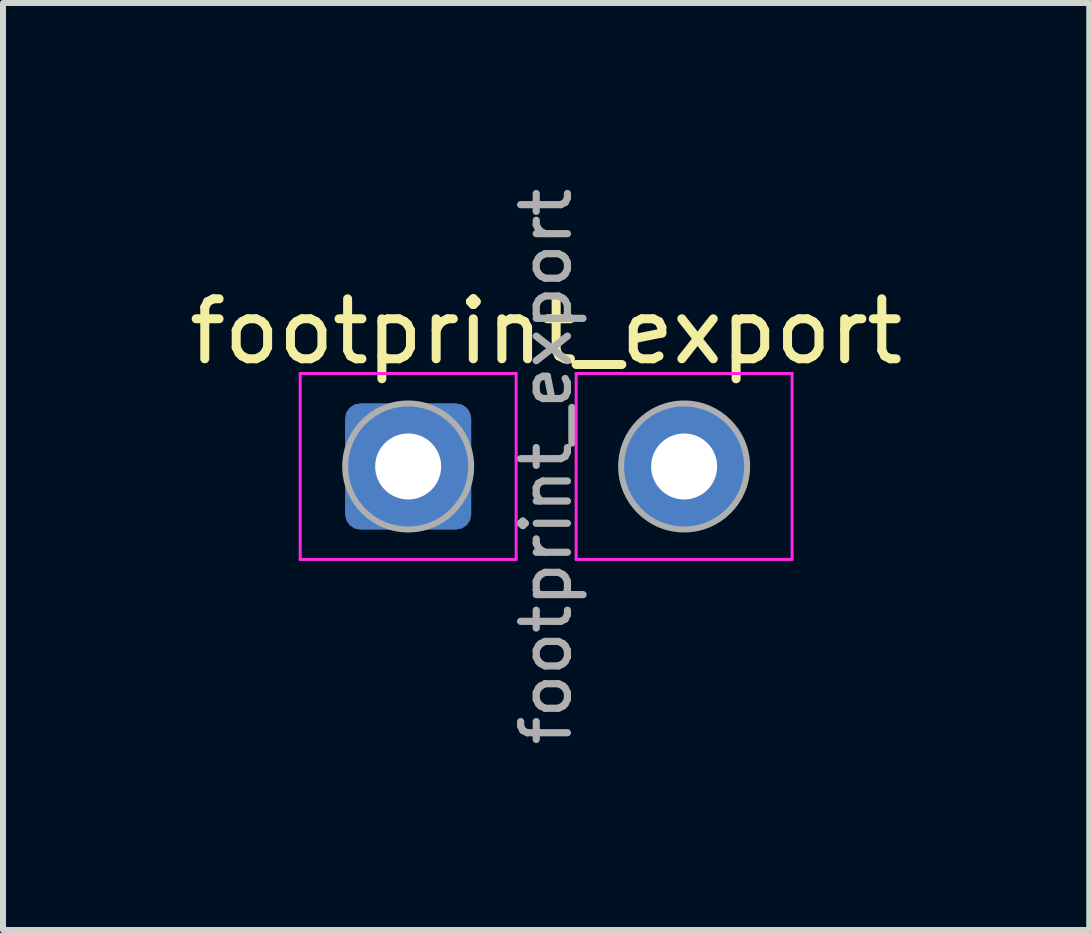
<source format=kicad_pcb>
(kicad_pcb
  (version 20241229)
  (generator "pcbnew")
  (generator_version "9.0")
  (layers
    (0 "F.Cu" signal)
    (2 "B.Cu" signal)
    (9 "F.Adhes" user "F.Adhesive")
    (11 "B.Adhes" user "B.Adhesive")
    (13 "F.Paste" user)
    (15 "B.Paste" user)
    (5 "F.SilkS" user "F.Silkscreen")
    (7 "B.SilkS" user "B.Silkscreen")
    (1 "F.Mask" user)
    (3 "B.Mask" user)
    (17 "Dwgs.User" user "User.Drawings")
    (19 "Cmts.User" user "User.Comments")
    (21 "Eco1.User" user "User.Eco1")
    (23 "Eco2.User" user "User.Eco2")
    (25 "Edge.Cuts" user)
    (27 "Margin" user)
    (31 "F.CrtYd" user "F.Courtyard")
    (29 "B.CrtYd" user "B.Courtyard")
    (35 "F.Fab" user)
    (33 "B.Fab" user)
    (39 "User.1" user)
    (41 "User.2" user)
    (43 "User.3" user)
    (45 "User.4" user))
  (footprint "footprint_export"
    (layer "F.Cu")
    (at 3.754 4.726)
    (property "Reference" "footprint_export" (at 2.3 -2.25 0) (layer "F.SilkS") (effects (font (size 1 1) (thickness 0.15))))
    (attr exclude_from_pos_files exclude_from_bom)
    (fp_line (start -1.8 -1.55) (end -1.8 1.55) (stroke (width 0.05) (type solid)) (layer "F.CrtYd"))
    (fp_line (start -1.8 1.55) (end 1.8 1.55) (stroke (width 0.05) (type solid)) (layer "F.CrtYd"))
    (fp_line (start 1.8 -1.55) (end -1.8 -1.55) (stroke (width 0.05) (type solid)) (layer "F.CrtYd"))
    (fp_line (start 1.8 1.55) (end 1.8 -1.55) (stroke (width 0.05) (type solid)) (layer "F.CrtYd"))
    (fp_line (start 2.8 -1.55) (end 2.8 1.55) (stroke (width 0.05) (type solid)) (layer "F.CrtYd"))
    (fp_line (start 2.8 1.55) (end 6.4 1.55) (stroke (width 0.05) (type solid)) (layer "F.CrtYd"))
    (fp_line (start 6.4 -1.55) (end 2.8 -1.55) (stroke (width 0.05) (type solid)) (layer "F.CrtYd"))
    (fp_line (start 6.4 1.55) (end 6.4 -1.55) (stroke (width 0.05) (type solid)) (layer "F.CrtYd"))
    (fp_circle (center 0 0) (end 1.05 0) (stroke (width 0.1) (type solid)) (fill no) (layer "F.Fab"))
    (fp_circle (center 4.6 0) (end 5.65 0) (stroke (width 0.1) (type solid)) (fill no) (layer "F.Fab"))
    (fp_text user "${REFERENCE}" (at 2.3 0 90) (layer "F.Fab") (effects (font (size 0.78 0.78) (thickness 0.12))))
    (pad "1" thru_hole roundrect (at 0 0) (size 2.1 2.1) (drill 1.1) (layers "*.Cu" "*.Mask") (roundrect_rratio 0.119))
    (pad "2" thru_hole circle (at 4.6 0) (size 2.1 2.1) (drill 1.1) (layers "*.Cu" "*.Mask")))
  (gr_rect
    (start -3 -3)
    (end 15.107 12.453)
    (stroke (width 0.1) (type default))
    (fill no)
    (layer "Edge.Cuts")))
</source>
